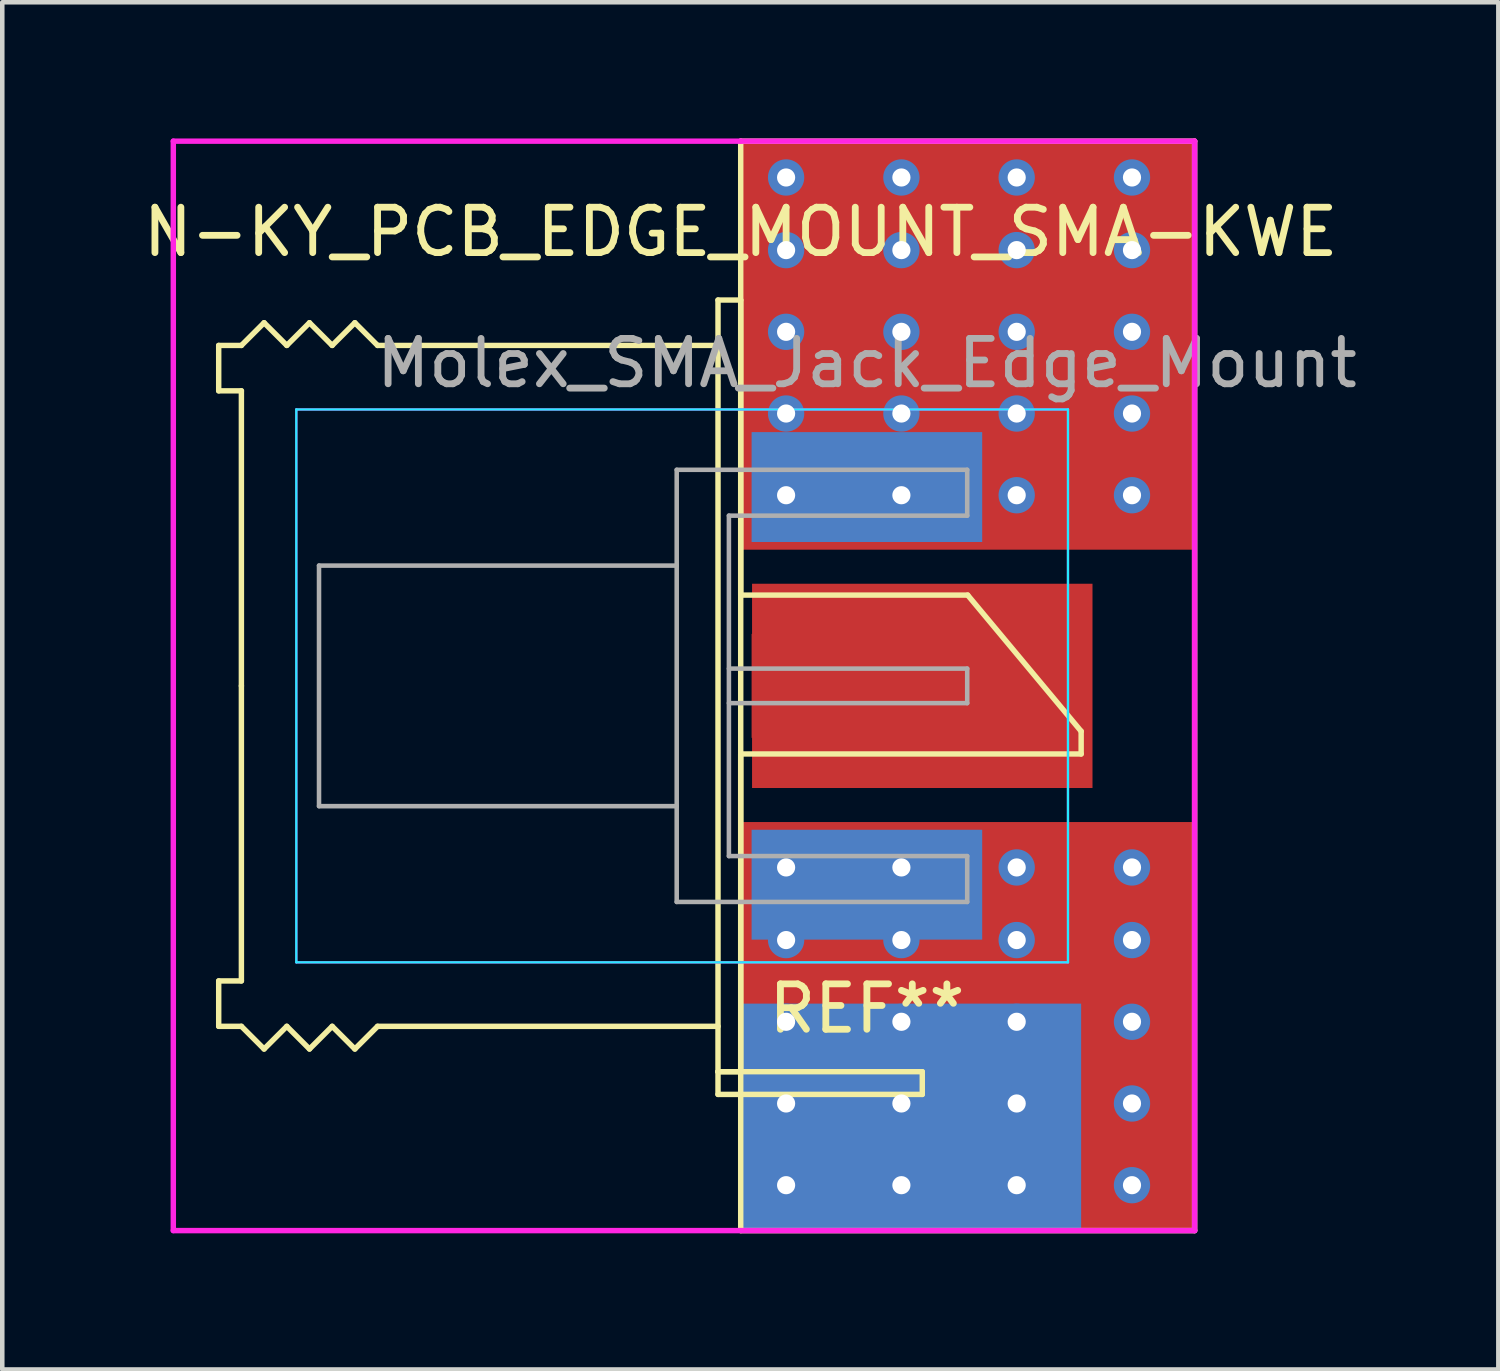
<source format=kicad_pcb>
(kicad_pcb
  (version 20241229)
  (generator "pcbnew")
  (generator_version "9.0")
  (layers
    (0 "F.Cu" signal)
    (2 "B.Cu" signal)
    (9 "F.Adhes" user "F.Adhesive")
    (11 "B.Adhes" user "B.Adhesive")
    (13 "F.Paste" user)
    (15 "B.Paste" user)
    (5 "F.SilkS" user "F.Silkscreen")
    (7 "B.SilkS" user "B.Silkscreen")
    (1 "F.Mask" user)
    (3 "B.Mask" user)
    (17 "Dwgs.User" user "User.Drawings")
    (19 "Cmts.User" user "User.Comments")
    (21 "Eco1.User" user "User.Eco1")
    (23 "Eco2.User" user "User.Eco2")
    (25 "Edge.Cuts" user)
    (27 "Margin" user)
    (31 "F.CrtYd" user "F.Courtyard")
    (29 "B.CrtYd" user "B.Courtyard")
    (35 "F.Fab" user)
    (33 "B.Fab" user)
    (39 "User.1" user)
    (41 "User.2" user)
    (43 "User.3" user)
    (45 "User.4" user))
  (footprint "N-KY_PCB_EDGE_MOUNT_SMA-KWE"
    (layer "F.Cu")
    (at 13.268 12.06)
    (property "Reference" "N-KY_PCB_EDGE_MOUNT_SMA-KWE" (at 0 -10 0) (layer "F.SilkS") (effects (font (size 1 1) (thickness 0.15))))
    (attr through_hole)
    (fp_line (start -11.5 -7.5) (end -11.5 -6.5) (stroke (width 0.12) (type solid)) (layer "F.SilkS"))
    (fp_line (start -11.5 -6.5) (end -11 -6.5) (stroke (width 0.12) (type solid)) (layer "F.SilkS"))
    (fp_line (start -11.5 6.5) (end -11 6.5) (stroke (width 0.12) (type solid)) (layer "F.SilkS"))
    (fp_line (start -11.5 7.5) (end -11.5 6.5) (stroke (width 0.12) (type solid)) (layer "F.SilkS"))
    (fp_line (start -11 -7.5) (end -11.5 -7.5) (stroke (width 0.12) (type solid)) (layer "F.SilkS"))
    (fp_line (start -11 -6.5) (end -11 0) (stroke (width 0.12) (type solid)) (layer "F.SilkS"))
    (fp_line (start -11 6.5) (end -11 0) (stroke (width 0.12) (type solid)) (layer "F.SilkS"))
    (fp_line (start -11 7.5) (end -11.5 7.5) (stroke (width 0.12) (type solid)) (layer "F.SilkS"))
    (fp_line (start -10.5 -8) (end -11 -7.5) (stroke (width 0.12) (type solid)) (layer "F.SilkS"))
    (fp_line (start -10.5 8) (end -11 7.5) (stroke (width 0.12) (type solid)) (layer "F.SilkS"))
    (fp_line (start -10 -7.5) (end -10.5 -8) (stroke (width 0.12) (type solid)) (layer "F.SilkS"))
    (fp_line (start -10 7.5) (end -10.5 8) (stroke (width 0.12) (type solid)) (layer "F.SilkS"))
    (fp_line (start -9.5 -8) (end -10 -7.5) (stroke (width 0.12) (type solid)) (layer "F.SilkS"))
    (fp_line (start -9.5 8) (end -10 7.5) (stroke (width 0.12) (type solid)) (layer "F.SilkS"))
    (fp_line (start -9 -7.5) (end -9.5 -8) (stroke (width 0.12) (type solid)) (layer "F.SilkS"))
    (fp_line (start -9 7.5) (end -9.5 8) (stroke (width 0.12) (type solid)) (layer "F.SilkS"))
    (fp_line (start -8.5 -8) (end -9 -7.5) (stroke (width 0.12) (type solid)) (layer "F.SilkS"))
    (fp_line (start -8.5 8) (end -9 7.5) (stroke (width 0.12) (type solid)) (layer "F.SilkS"))
    (fp_line (start -8 -7.5) (end -8.5 -8) (stroke (width 0.12) (type solid)) (layer "F.SilkS"))
    (fp_line (start -8 7.5) (end -8.5 8) (stroke (width 0.12) (type solid)) (layer "F.SilkS"))
    (fp_line (start -0.5 -8.5) (end -0.5 8.5) (stroke (width 0.12) (type solid)) (layer "F.SilkS"))
    (fp_line (start -0.5 -7.5) (end -8 -7.5) (stroke (width 0.12) (type solid)) (layer "F.SilkS"))
    (fp_line (start -0.5 7.5) (end -8 7.5) (stroke (width 0.12) (type solid)) (layer "F.SilkS"))
    (fp_line (start -0.5 8.5) (end 0 8.5) (stroke (width 0.12) (type solid)) (layer "F.SilkS"))
    (fp_line (start -0.5 8.5) (end 4 8.5) (stroke (width 0.12) (type solid)) (layer "F.SilkS"))
    (fp_line (start -0.5 9) (end -0.5 8.5) (stroke (width 0.12) (type solid)) (layer "F.SilkS"))
    (fp_line (start 0 -12) (end 0 12) (stroke (width 0.12) (type solid)) (layer "F.SilkS"))
    (fp_line (start 0 -8.5) (end -0.5 -8.5) (stroke (width 0.12) (type solid)) (layer "F.SilkS"))
    (fp_line (start 0 -2) (end 0 -8.5) (stroke (width 0.12) (type solid)) (layer "F.SilkS"))
    (fp_line (start 0 1.5) (end 7.5 1.5) (stroke (width 0.12) (type solid)) (layer "F.SilkS"))
    (fp_line (start 0 8.5) (end 0 1.5) (stroke (width 0.12) (type solid)) (layer "F.SilkS"))
    (fp_line (start 0 12) (end 10 12) (stroke (width 0.12) (type solid)) (layer "F.SilkS"))
    (fp_line (start 4 8.5) (end 4 9) (stroke (width 0.12) (type solid)) (layer "F.SilkS"))
    (fp_line (start 4 9) (end -0.5 9) (stroke (width 0.12) (type solid)) (layer "F.SilkS"))
    (fp_line (start 5 -2) (end 0 -2) (stroke (width 0.12) (type solid)) (layer "F.SilkS"))
    (fp_line (start 7.5 1) (end 5 -2) (stroke (width 0.12) (type solid)) (layer "F.SilkS"))
    (fp_line (start 7.5 1.5) (end 7.5 1) (stroke (width 0.12) (type solid)) (layer "F.SilkS"))
    (fp_line (start 10 -12) (end 0 -12) (stroke (width 0.12) (type solid)) (layer "F.SilkS"))
    (fp_line (start 10 12) (end 10 -12) (stroke (width 0.12) (type solid)) (layer "F.SilkS"))
    (fp_line (start -9.79 -6.09) (end -9.79 6.09) (stroke (width 0.05) (type solid)) (layer "B.CrtYd"))
    (fp_line (start -9.79 -6.09) (end 7.21 -6.09) (stroke (width 0.05) (type solid)) (layer "B.CrtYd"))
    (fp_line (start -9.79 6.09) (end 7.21 6.09) (stroke (width 0.05) (type solid)) (layer "B.CrtYd"))
    (fp_line (start 7.21 -6.09) (end 7.21 6.09) (stroke (width 0.05) (type solid)) (layer "B.CrtYd"))
    (fp_line (start -12.5 -12) (end -12.5 12) (stroke (width 0.12) (type solid)) (layer "F.CrtYd"))
    (fp_line (start -12.5 12) (end 10 12) (stroke (width 0.12) (type solid)) (layer "F.CrtYd"))
    (fp_line (start -9.79 -6.09) (end -9.79 6.09) (stroke (width 0.05) (type solid)) (layer "F.CrtYd"))
    (fp_line (start -9.79 6.09) (end 7.21 6.09) (stroke (width 0.05) (type solid)) (layer "F.CrtYd"))
    (fp_line (start 0 -12) (end -12.5 -12) (stroke (width 0.12) (type solid)) (layer "F.CrtYd"))
    (fp_line (start 7.21 -6.09) (end -9.79 -6.09) (stroke (width 0.05) (type solid)) (layer "F.CrtYd"))
    (fp_line (start 7.21 -6.09) (end 7.21 6.09) (stroke (width 0.05) (type solid)) (layer "F.CrtYd"))
    (fp_line (start 10 -12) (end 0 -12) (stroke (width 0.12) (type solid)) (layer "F.CrtYd"))
    (fp_line (start 10 12) (end 10 -12) (stroke (width 0.12) (type solid)) (layer "F.CrtYd"))
    (fp_line (start -9.29 -2.65) (end -9.29 2.65) (stroke (width 0.1) (type solid)) (layer "F.Fab"))
    (fp_line (start -9.29 -2.65) (end -1.41 -2.65) (stroke (width 0.1) (type solid)) (layer "F.Fab"))
    (fp_line (start -9.29 2.65) (end -1.41 2.65) (stroke (width 0.1) (type solid)) (layer "F.Fab"))
    (fp_line (start -1.41 -4.76) (end -1.41 4.76) (stroke (width 0.1) (type solid)) (layer "F.Fab"))
    (fp_line (start -1.41 4.76) (end 4.99 4.76) (stroke (width 0.1) (type solid)) (layer "F.Fab"))
    (fp_line (start -0.26 -3.75) (end -0.26 3.75) (stroke (width 0.1) (type solid)) (layer "F.Fab"))
    (fp_line (start -0.26 -3.75) (end 4.99 -3.75) (stroke (width 0.1) (type solid)) (layer "F.Fab"))
    (fp_line (start -0.26 -0.38) (end 4.99 -0.38) (stroke (width 0.1) (type solid)) (layer "F.Fab"))
    (fp_line (start -0.26 0.38) (end 4.99 0.38) (stroke (width 0.1) (type solid)) (layer "F.Fab"))
    (fp_line (start -0.26 3.75) (end 4.99 3.75) (stroke (width 0.1) (type solid)) (layer "F.Fab"))
    (fp_line (start 4.99 -4.76) (end -1.41 -4.76) (stroke (width 0.1) (type solid)) (layer "F.Fab"))
    (fp_line (start 4.99 -4.76) (end 4.99 -3.75) (stroke (width 0.1) (type solid)) (layer "F.Fab"))
    (fp_line (start 4.99 -0.38) (end 4.99 0.38) (stroke (width 0.1) (type solid)) (layer "F.Fab"))
    (fp_line (start 4.99 3.75) (end 4.99 4.76) (stroke (width 0.1) (type solid)) (layer "F.Fab"))
    (fp_text user "REF**" (at 2.78 7.11 0) (layer "F.SilkS") (effects (font (size 1 1) (thickness 0.15))))
    (fp_text user "Molex_SMA_Jack_Edge_Mount" (at 2.78 -7.11 0) (layer "F.Fab") (effects (font (size 1 1) (thickness 0.15))))
    (pad "1" smd rect (at 2.78 0) (size 5.08 2.29) (layers "F.Cu" "F.Mask" "F.Paste"))
    (pad "1" smd rect (at 4 0) (size 7.5 4.5) (layers "F.Cu" "F.Mask" "F.Paste"))
    (pad "2" thru_hole circle (at 1 -11.2) (size 0.8 0.8) (drill 0.4) (layers "*.Cu"))
    (pad "2" thru_hole circle (at 1 -9.6) (size 0.8 0.8) (drill 0.4) (layers "*.Cu"))
    (pad "2" thru_hole circle (at 1 -7.8) (size 0.8 0.8) (drill 0.4) (layers "*.Cu"))
    (pad "2" thru_hole circle (at 1 -6) (size 0.8 0.8) (drill 0.4) (layers "*.Cu"))
    (pad "2" thru_hole circle (at 1 -4.2) (size 0.8 0.8) (drill 0.4) (layers "*.Cu"))
    (pad "2" thru_hole circle (at 1 4) (size 0.8 0.8) (drill 0.4) (layers "*.Cu"))
    (pad "2" thru_hole circle (at 1 5.6) (size 0.8 0.8) (drill 0.4) (layers "*.Cu"))
    (pad "2" thru_hole circle (at 1 7.4) (size 0.8 0.8) (drill 0.4) (layers "*.Cu"))
    (pad "2" thru_hole circle (at 1 9.2) (size 0.8 0.8) (drill 0.4) (layers "*.Cu"))
    (pad "2" thru_hole circle (at 1 11) (size 0.8 0.8) (drill 0.4) (layers "*.Cu"))
    (pad "2" smd rect (at 2.5 -4.38) (size 5.08 2.42) (layers "F.Cu" "F.Mask" "F.Paste"))
    (pad "2" smd rect (at 2.5 4.38) (size 5.08 2.42) (layers "F.Cu" "F.Mask" "F.Paste"))
    (pad "2" smd rect (at 2.78 -4.38) (size 5.08 2.42) (layers "B.Cu" "B.Mask" "B.Paste"))
    (pad "2" smd rect (at 2.78 4.38) (size 5.08 2.42) (layers "B.Cu" "B.Mask" "B.Paste"))
    (pad "2" thru_hole circle (at 3.54 -11.2) (size 0.8 0.8) (drill 0.4) (layers "*.Cu"))
    (pad "2" thru_hole circle (at 3.54 -9.6) (size 0.8 0.8) (drill 0.4) (layers "*.Cu"))
    (pad "2" thru_hole circle (at 3.54 -7.8) (size 0.8 0.8) (drill 0.4) (layers "*.Cu"))
    (pad "2" thru_hole circle (at 3.54 -6) (size 0.8 0.8) (drill 0.4) (layers "*.Cu"))
    (pad "2" thru_hole circle (at 3.54 -4.2) (size 0.8 0.8) (drill 0.4) (layers "*.Cu"))
    (pad "2" thru_hole circle (at 3.54 4) (size 0.8 0.8) (drill 0.4) (layers "*.Cu"))
    (pad "2" thru_hole circle (at 3.54 5.6) (size 0.8 0.8) (drill 0.4) (layers "*.Cu"))
    (pad "2" thru_hole circle (at 3.54 7.4) (size 0.8 0.8) (drill 0.4) (layers "*.Cu"))
    (pad "2" thru_hole circle (at 3.54 9.2) (size 0.8 0.8) (drill 0.4) (layers "*.Cu"))
    (pad "2" thru_hole circle (at 3.54 11) (size 0.8 0.8) (drill 0.4) (layers "*.Cu"))
    (pad "2" smd rect (at 3.75 -9.5) (size 7.5 5) (layers "F.Cu" "F.Mask" "F.Paste"))
    (pad "2" smd rect (at 3.75 9.5) (size 7.5 5) (layers "F.Cu" "F.Mask" "F.Paste"))
    (pad "2" smd rect (at 3.75 9.5) (size 7.5 5) (layers "B.Cu" "B.Mask" "B.Paste"))
    (pad "2" smd rect (at 5 -7.5) (size 10 9) (layers "F.Cu" "F.Mask" "F.Paste"))
    (pad "2" smd rect (at 5 7.5) (size 10 9) (layers "F.Cu" "F.Mask" "F.Paste"))
    (pad "2" smd rect (at 5.5 -4.38) (size 0.89 0.46) (layers "F.Cu"))
    (pad "2" smd rect (at 5.77 4.38) (size 0.89 0.46) (layers "F.Cu"))
    (pad "2" thru_hole circle (at 6.08 -11.2) (size 0.8 0.8) (drill 0.4) (layers "*.Cu"))
    (pad "2" thru_hole circle (at 6.08 -9.6) (size 0.8 0.8) (drill 0.4) (layers "*.Cu"))
    (pad "2" thru_hole circle (at 6.08 -7.8) (size 0.8 0.8) (drill 0.4) (layers "*.Cu"))
    (pad "2" thru_hole circle (at 6.08 -6) (size 0.8 0.8) (drill 0.4) (layers "*.Cu"))
    (pad "2" thru_hole circle (at 6.08 -4.2) (size 0.8 0.8) (drill 0.4) (layers "*.Cu"))
    (pad "2" thru_hole circle (at 6.08 4) (size 0.8 0.8) (drill 0.4) (layers "*.Cu"))
    (pad "2" thru_hole circle (at 6.08 5.6) (size 0.8 0.8) (drill 0.4) (layers "*.Cu"))
    (pad "2" thru_hole circle (at 6.08 7.4) (size 0.8 0.8) (drill 0.4) (layers "*.Cu"))
    (pad "2" thru_hole circle (at 6.08 9.2) (size 0.8 0.8) (drill 0.4) (layers "*.Cu"))
    (pad "2" thru_hole circle (at 6.08 11) (size 0.8 0.8) (drill 0.4) (layers "*.Cu"))
    (pad "2" thru_hole circle (at 8.62 -11.2) (size 0.8 0.8) (drill 0.4) (layers "*.Cu"))
    (pad "2" thru_hole circle (at 8.62 -9.6) (size 0.8 0.8) (drill 0.4) (layers "*.Cu"))
    (pad "2" thru_hole circle (at 8.62 -7.8) (size 0.8 0.8) (drill 0.4) (layers "*.Cu"))
    (pad "2" thru_hole circle (at 8.62 -6) (size 0.8 0.8) (drill 0.4) (layers "*.Cu"))
    (pad "2" thru_hole circle (at 8.62 -4.2) (size 0.8 0.8) (drill 0.4) (layers "*.Cu"))
    (pad "2" thru_hole circle (at 8.62 4) (size 0.8 0.8) (drill 0.4) (layers "*.Cu"))
    (pad "2" thru_hole circle (at 8.62 5.6) (size 0.8 0.8) (drill 0.4) (layers "*.Cu"))
    (pad "2" thru_hole circle (at 8.62 7.4) (size 0.8 0.8) (drill 0.4) (layers "*.Cu"))
    (pad "2" thru_hole circle (at 8.62 9.2) (size 0.8 0.8) (drill 0.4) (layers "*.Cu"))
    (pad "2" thru_hole circle (at 8.62 11) (size 0.8 0.8) (drill 0.4) (layers "*.Cu")))
  (gr_rect
    (start -3 -3)
    (end 29.959 27.12)
    (stroke (width 0.1) (type default))
    (fill no)
    (layer "Edge.Cuts")))
</source>
